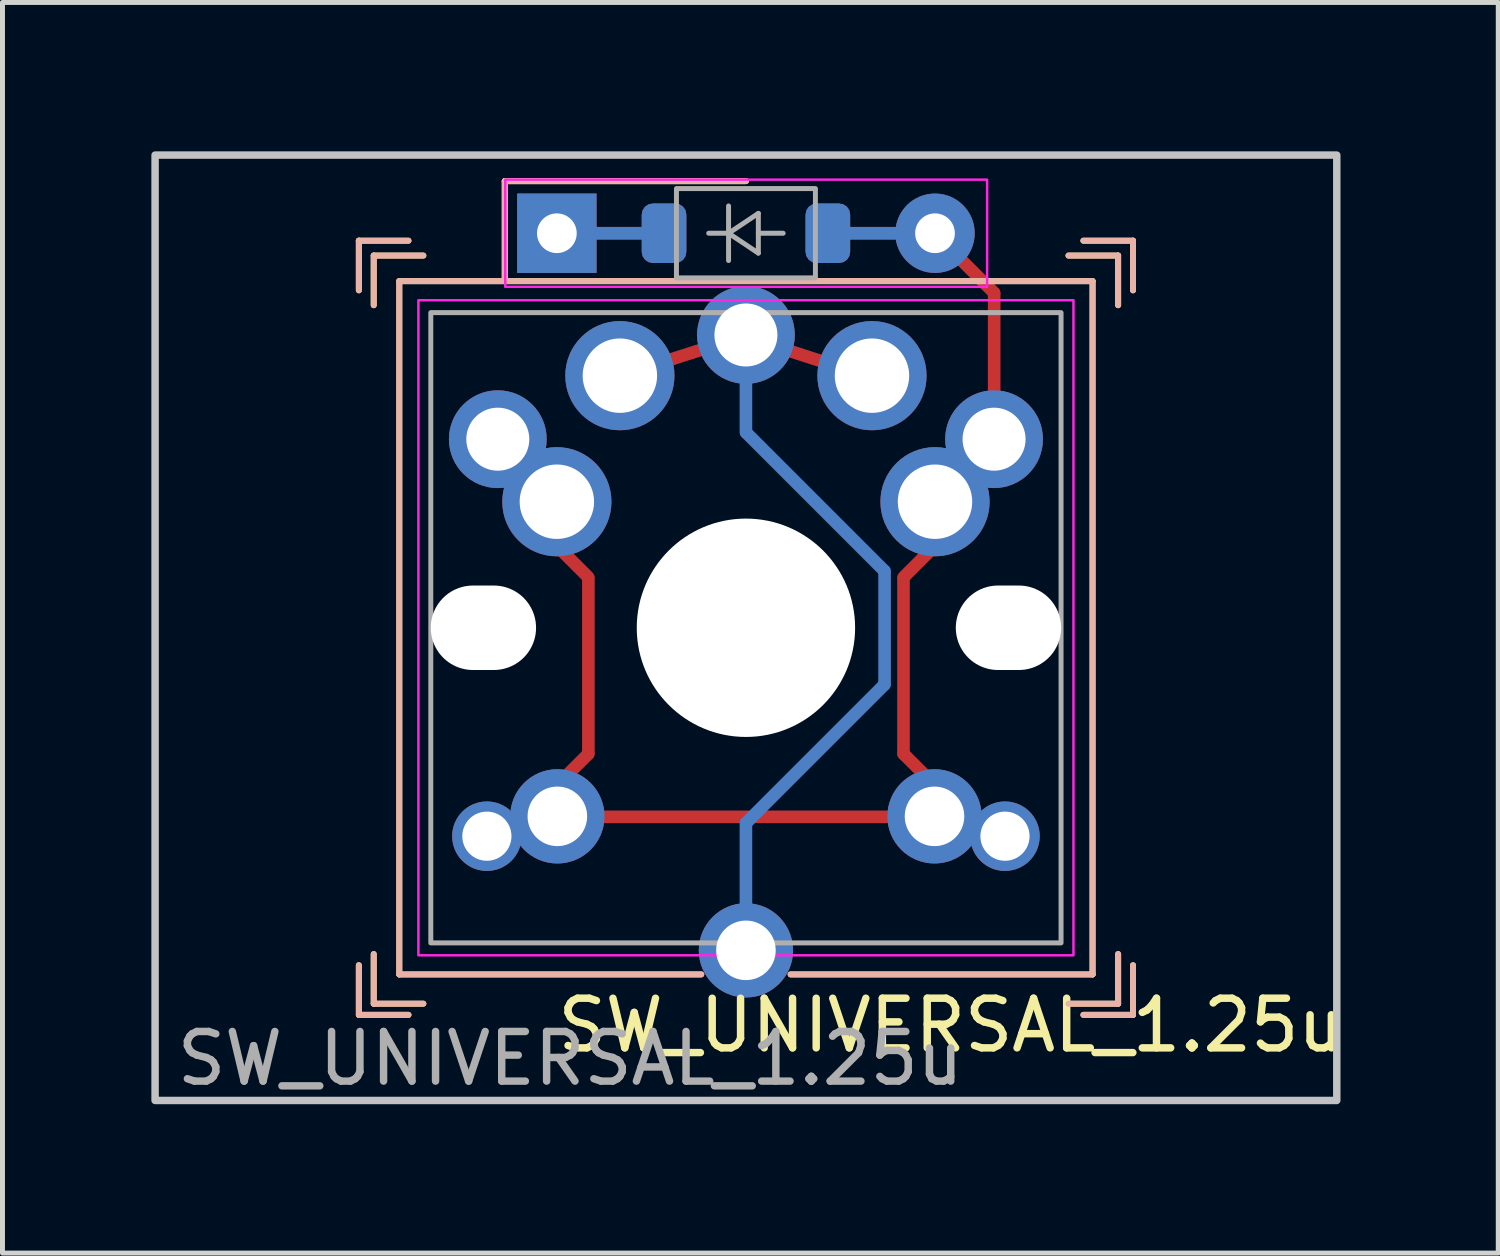
<source format=kicad_pcb>
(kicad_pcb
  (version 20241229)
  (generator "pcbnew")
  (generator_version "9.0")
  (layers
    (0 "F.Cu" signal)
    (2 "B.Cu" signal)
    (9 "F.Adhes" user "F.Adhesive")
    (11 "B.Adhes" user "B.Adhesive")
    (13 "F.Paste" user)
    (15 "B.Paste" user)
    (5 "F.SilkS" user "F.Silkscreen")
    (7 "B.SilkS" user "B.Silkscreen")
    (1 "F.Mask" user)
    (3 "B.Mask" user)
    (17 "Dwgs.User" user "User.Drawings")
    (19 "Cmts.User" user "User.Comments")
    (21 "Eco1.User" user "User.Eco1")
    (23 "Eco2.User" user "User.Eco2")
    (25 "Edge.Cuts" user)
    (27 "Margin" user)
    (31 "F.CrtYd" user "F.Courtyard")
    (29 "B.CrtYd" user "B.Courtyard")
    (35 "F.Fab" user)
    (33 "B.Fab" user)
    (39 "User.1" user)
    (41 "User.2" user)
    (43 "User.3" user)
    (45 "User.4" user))
  (footprint "SW_UNIVERSAL_1.25u"
    (layer "F.Cu")
    (at 11.981 9.6)
    (property "Reference" "SW_UNIVERSAL_1.25u" (at 4.13 8.01 0) (layer "F.SilkS") (effects (font (size 1 1) (thickness 0.15))))
    (attr through_hole)
    (fp_line (start -7.8 -7.8) (end -7.8 -6.8) (stroke (width 0.12) (type default)) (layer "F.SilkS"))
    (fp_line (start -7.8 -7.8) (end -6.8 -7.8) (stroke (width 0.12) (type default)) (layer "F.SilkS"))
    (fp_line (start -7.8 7.8) (end -7.8 6.8) (stroke (width 0.12) (type default)) (layer "F.SilkS"))
    (fp_line (start -7.8 7.8) (end -6.8 7.8) (stroke (width 0.12) (type default)) (layer "F.SilkS"))
    (fp_line (start -7.5 -7.5) (end -7.5 -6.5) (stroke (width 0.12) (type default)) (layer "F.SilkS"))
    (fp_line (start -7.5 -7.5) (end -6.5 -7.5) (stroke (width 0.12) (type default)) (layer "F.SilkS"))
    (fp_line (start -7.5 7.575) (end -7.5 6.575) (stroke (width 0.12) (type default)) (layer "F.SilkS"))
    (fp_line (start -7.5 7.575) (end -6.5 7.575) (stroke (width 0.12) (type default)) (layer "F.SilkS"))
    (fp_line (start -6.985 -6.985) (end 6.985 -6.985) (stroke (width 0.12) (type solid)) (layer "F.SilkS"))
    (fp_line (start -6.985 6.985) (end -6.985 -6.985) (stroke (width 0.12) (type solid)) (layer "F.SilkS"))
    (fp_line (start -4.86 -9) (end 0 -9) (stroke (width 0.12) (type default)) (layer "F.SilkS"))
    (fp_line (start -4.86 -7) (end -4.86 -9) (stroke (width 0.12) (type default)) (layer "F.SilkS"))
    (fp_line (start -0.9 6.985) (end -6.985 6.985) (stroke (width 0.12) (type solid)) (layer "F.SilkS"))
    (fp_line (start 6.985 -6.985) (end 6.985 6.985) (stroke (width 0.12) (type default)) (layer "F.SilkS"))
    (fp_line (start 6.985 6.985) (end 0.9 6.985) (stroke (width 0.12) (type default)) (layer "F.SilkS"))
    (fp_line (start 7.5 -7.5) (end 6.5 -7.5) (stroke (width 0.12) (type default)) (layer "F.SilkS"))
    (fp_line (start 7.5 -7.5) (end 7.5 -6.5) (stroke (width 0.12) (type default)) (layer "F.SilkS"))
    (fp_line (start 7.5 7.575) (end 6.5 7.575) (stroke (width 0.12) (type default)) (layer "F.SilkS"))
    (fp_line (start 7.5 7.575) (end 7.5 6.575) (stroke (width 0.12) (type default)) (layer "F.SilkS"))
    (fp_line (start 7.8 -7.8) (end 6.8 -7.8) (stroke (width 0.12) (type default)) (layer "F.SilkS"))
    (fp_line (start 7.8 -7.8) (end 7.8 -6.8) (stroke (width 0.12) (type default)) (layer "F.SilkS"))
    (fp_line (start 7.8 7.8) (end 6.8 7.8) (stroke (width 0.12) (type default)) (layer "F.SilkS"))
    (fp_line (start 7.8 7.8) (end 7.8 6.8) (stroke (width 0.12) (type default)) (layer "F.SilkS"))
    (fp_line (start -7.8 -6.8) (end -7.8 -7.8) (stroke (width 0.12) (type default)) (layer "B.SilkS"))
    (fp_line (start -7.8 6.8) (end -7.8 7.8) (stroke (width 0.12) (type default)) (layer "B.SilkS"))
    (fp_line (start -7.5 -6.5) (end -7.5 -7.5) (stroke (width 0.12) (type default)) (layer "B.SilkS"))
    (fp_line (start -7.5 6.575) (end -7.5 7.575) (stroke (width 0.12) (type default)) (layer "B.SilkS"))
    (fp_line (start -6.985 -6.985) (end 6.985 -6.985) (stroke (width 0.12) (type solid)) (layer "B.SilkS"))
    (fp_line (start -6.985 6.985) (end -6.985 -6.985) (stroke (width 0.12) (type default)) (layer "B.SilkS"))
    (fp_line (start -6.8 -7.8) (end -7.8 -7.8) (stroke (width 0.12) (type default)) (layer "B.SilkS"))
    (fp_line (start -6.8 7.8) (end -7.8 7.8) (stroke (width 0.12) (type default)) (layer "B.SilkS"))
    (fp_line (start -6.5 -7.5) (end -7.5 -7.5) (stroke (width 0.12) (type default)) (layer "B.SilkS"))
    (fp_line (start -6.5 7.575) (end -7.5 7.575) (stroke (width 0.12) (type default)) (layer "B.SilkS"))
    (fp_line (start -4.86 -7) (end -4.86 -9) (stroke (width 0.12) (type default)) (layer "B.SilkS"))
    (fp_line (start -0.9 6.985) (end -6.985 6.985) (stroke (width 0.12) (type default)) (layer "B.SilkS"))
    (fp_line (start 0 -9) (end -4.86 -9) (stroke (width 0.12) (type default)) (layer "B.SilkS"))
    (fp_line (start 6.5 -7.5) (end 7.5 -7.5) (stroke (width 0.12) (type default)) (layer "B.SilkS"))
    (fp_line (start 6.5 7.575) (end 7.5 7.575) (stroke (width 0.12) (type default)) (layer "B.SilkS"))
    (fp_line (start 6.8 -7.8) (end 7.8 -7.8) (stroke (width 0.12) (type default)) (layer "B.SilkS"))
    (fp_line (start 6.8 7.8) (end 7.8 7.8) (stroke (width 0.12) (type default)) (layer "B.SilkS"))
    (fp_line (start 6.985 -6.985) (end 6.985 6.985) (stroke (width 0.12) (type solid)) (layer "B.SilkS"))
    (fp_line (start 6.985 6.985) (end 0.9 6.985) (stroke (width 0.12) (type solid)) (layer "B.SilkS"))
    (fp_line (start 7.5 -6.5) (end 7.5 -7.5) (stroke (width 0.12) (type default)) (layer "B.SilkS"))
    (fp_line (start 7.5 6.575) (end 7.5 7.575) (stroke (width 0.12) (type default)) (layer "B.SilkS"))
    (fp_line (start 7.8 -6.8) (end 7.8 -7.8) (stroke (width 0.12) (type default)) (layer "B.SilkS"))
    (fp_line (start 7.8 6.8) (end 7.8 7.8) (stroke (width 0.12) (type default)) (layer "B.SilkS"))
    (fp_rect (start -11.906 -9.525) (end 11.906 9.525) (stroke (width 0.15) (type solid)) (fill no) (layer "Dwgs.User"))
    (fp_rect (start -6.6 -6.6) (end 6.6 6.6) (stroke (width 0.05) (type solid)) (fill no) (layer "F.CrtYd"))
    (fp_rect (start -4.85 -9.03) (end 4.86 -6.87) (stroke (width 0.05) (type solid)) (fill no) (layer "F.CrtYd"))
    (fp_line (start -0.75 -7.95) (end -0.35 -7.95) (stroke (width 0.1) (type solid)) (layer "F.Fab"))
    (fp_line (start -0.35 -7.95) (end -0.35 -8.5) (stroke (width 0.1) (type solid)) (layer "F.Fab"))
    (fp_line (start -0.35 -7.95) (end -0.35 -7.4) (stroke (width 0.1) (type solid)) (layer "F.Fab"))
    (fp_line (start -0.35 -7.95) (end 0.25 -8.35) (stroke (width 0.1) (type solid)) (layer "F.Fab"))
    (fp_line (start 0.25 -8.35) (end 0.25 -7.55) (stroke (width 0.1) (type solid)) (layer "F.Fab"))
    (fp_line (start 0.25 -7.95) (end 0.75 -7.95) (stroke (width 0.1) (type solid)) (layer "F.Fab"))
    (fp_line (start 0.25 -7.55) (end -0.35 -7.95) (stroke (width 0.1) (type solid)) (layer "F.Fab"))
    (fp_rect (start -6.35 -6.35) (end 6.35 6.35) (stroke (width 0.1) (type solid)) (fill no) (layer "F.Fab"))
    (fp_rect (start -1.4 -8.85) (end 1.4 -7.05) (stroke (width 0.1) (type solid)) (fill no) (layer "F.Fab"))
    (fp_line (start -8.5 -4) (end -8.5 -8.5) (stroke (width 0.12) (type default)) (layer "User.1"))
    (fp_line (start -8.5 4) (end -8.5 8.5) (stroke (width 0.12) (type default)) (layer "User.1"))
    (fp_line (start -7 -7) (end -7 -4) (stroke (width 0.12) (type default)) (layer "User.1"))
    (fp_line (start -7 -7) (end -5 -7) (stroke (width 0.12) (type default)) (layer "User.1"))
    (fp_line (start -7 -4) (end -8.5 -4) (stroke (width 0.12) (type default)) (layer "User.1"))
    (fp_line (start -7 4) (end -8.5 4) (stroke (width 0.12) (type default)) (layer "User.1"))
    (fp_line (start -7 7) (end -7 4) (stroke (width 0.12) (type default)) (layer "User.1"))
    (fp_line (start -7 7) (end -4 7) (stroke (width 0.12) (type default)) (layer "User.1"))
    (fp_line (start -5 -8.5) (end -8.5 -8.5) (stroke (width 0.12) (type default)) (layer "User.1"))
    (fp_line (start -5 -7) (end -5 -8.5) (stroke (width 0.12) (type default)) (layer "User.1"))
    (fp_line (start -4 7) (end -4 8.5) (stroke (width 0.12) (type default)) (layer "User.1"))
    (fp_line (start -4 8.5) (end -8.5 8.5) (stroke (width 0.12) (type default)) (layer "User.1"))
    (fp_line (start 4 7) (end 4 8.5) (stroke (width 0.12) (type default)) (layer "User.1"))
    (fp_line (start 4 8.5) (end 8.5 8.5) (stroke (width 0.12) (type default)) (layer "User.1"))
    (fp_line (start 5 -8.5) (end 8.5 -8.5) (stroke (width 0.12) (type default)) (layer "User.1"))
    (fp_line (start 5 -7) (end 5 -8.5) (stroke (width 0.12) (type default)) (layer "User.1"))
    (fp_line (start 7 -7) (end 5 -7) (stroke (width 0.12) (type default)) (layer "User.1"))
    (fp_line (start 7 -7) (end 7 -4) (stroke (width 0.12) (type default)) (layer "User.1"))
    (fp_line (start 7 -4) (end 8.5 -4) (stroke (width 0.12) (type default)) (layer "User.1"))
    (fp_line (start 7 4) (end 8.5 4) (stroke (width 0.12) (type default)) (layer "User.1"))
    (fp_line (start 7 7) (end 4 7) (stroke (width 0.12) (type default)) (layer "User.1"))
    (fp_line (start 7 7) (end 7 4) (stroke (width 0.12) (type default)) (layer "User.1"))
    (fp_line (start 8.5 -4) (end 8.5 -8.5) (stroke (width 0.12) (type default)) (layer "User.1"))
    (fp_line (start 8.5 4) (end 8.5 8.5) (stroke (width 0.12) (type default)) (layer "User.1"))
    (fp_rect (start -7 -9) (end 7 7) (stroke (width 0.12) (type default)) (fill no) (layer "User.2"))
    (fp_rect (start -7 -7) (end 7 7) (stroke (width 0.12) (type default)) (fill no) (layer "User.3"))
    (fp_text user "${REFERENCE}" (at -3.54 8.68 0) (layer "F.Fab") (effects (font (size 1 1) (thickness 0.15))))
    (pad "" np_thru_hole oval (at -5.29 0 180) (size 2.122 1.702) (drill oval 2.122 1.702) (layers "*.Cu" "*.Mask"))
    (pad "" np_thru_hole circle (at 0 0) (size 4.4 4.4) (drill 4.4) (layers "*.Cu" "*.Mask"))
    (pad "" np_thru_hole oval (at 5.29 0 180) (size 2.122 1.702) (drill oval 2.122 1.702) (layers "*.Cu" "*.Mask"))
    (pad "1" thru_hole circle (at -2.54 -5.08) (size 2.2 2.2) (drill 1.5) (layers "*.Cu" "*.Mask"))
    (pad "1" smd roundrect (at -1.3 -5.475 107.9) (size 0.254 1.333) (layers "F.Cu") (roundrect_rratio 0.164))
    (pad "1" smd roundrect (at -0.000001 4.826) (size 0.254 2.032) (layers "B.Cu") (roundrect_rratio 0.5))
    (pad "1" thru_hole circle (at 0 -5.9 180) (size 1.97 1.97) (drill 1.27) (layers "*.Cu" "*.Mask"))
    (pad "1" smd roundrect (at 0 -4.78) (size 0.254 1.939) (layers "B.Cu") (roundrect_rratio 0.5))
    (pad "1" thru_hole circle (at 0 6.5) (size 1.9 1.9) (drill 1.2) (layers "*.Cu" "*.Mask"))
    (pad "1" smd roundrect (at 1.2 -5.475 72.1) (size 0.254 1.333) (layers "F.Cu") (roundrect_rratio 0.164))
    (pad "1" smd roundrect (at 1.397 -2.54 225) (size 0.254 4.194) (layers "B.Cu") (roundrect_rratio 0.5))
    (pad "1" smd roundrect (at 1.397 2.54 315) (size 0.254 4.194) (layers "B.Cu") (roundrect_rratio 0.5))
    (pad "1" thru_hole circle (at 2.54 -5.08) (size 2.2 2.2) (drill 1.5) (layers "*.Cu" "*.Mask"))
    (pad "1" smd roundrect (at 2.794 0) (size 0.254 2.54) (layers "B.Cu") (roundrect_rratio 0.5))
    (pad "2" thru_hole rect (at -3.81 -7.95 90) (size 1.6 1.6) (drill 0.8) (layers "*.Cu" "*.Mask"))
    (pad "2" smd roundrect (at -2.6 -7.95 270) (size 0.254 1.333) (layers "F.Cu") (roundrect_rratio 0.164))
    (pad "2" smd roundrect (at -2.6 -7.95 270) (size 0.254 1.333) (layers "B.Cu") (roundrect_rratio 0.164))
    (pad "2" smd roundrect (at -1.65 -7.95) (size 0.9 1.2) (layers "F.Cu" "F.Mask" "F.Paste") (roundrect_rratio 0.25))
    (pad "2" smd roundrect (at -1.65 -7.95 180) (size 0.9 1.2) (layers "B.Cu" "B.Mask" "B.Paste") (roundrect_rratio 0.25))
    (pad "3" thru_hole circle (at -5.22 4.2 180) (size 1.4 1.4) (drill 0.991) (layers "*.Cu" "*.Mask"))
    (pad "3" thru_hole circle (at -5 -3.8 180) (size 1.97 1.97) (drill 1.27) (layers "*.Cu" "*.Mask"))
    (pad "3" thru_hole circle (at -3.81 -2.54) (size 2.2 2.2) (drill 1.5) (layers "*.Cu" "*.Mask"))
    (pad "3" thru_hole circle (at -3.8 3.8) (size 1.9 1.9) (drill 1.2) (layers "*.Cu" "*.Mask"))
    (pad "3" smd roundrect (at -3.429 -1.27 45) (size 0.254 0.97) (layers "F.Cu") (roundrect_rratio 0.5))
    (pad "3" smd roundrect (at -3.429 2.794 135) (size 0.254 0.97) (layers "F.Cu") (roundrect_rratio 0.5))
    (pad "3" smd roundrect (at -3.175 0.774) (size 0.254 3.785) (layers "F.Cu") (roundrect_rratio 0.5))
    (pad "3" smd roundrect (at -0.000002 3.81 90) (size 0.254 6.096) (layers "F.Cu") (roundrect_rratio 0.164))
    (pad "3" smd roundrect (at 1.65 -7.95) (size 0.9 1.2) (layers "F.Cu" "F.Mask" "F.Paste") (roundrect_rratio 0.25))
    (pad "3" smd roundrect (at 1.651 -7.95 180) (size 0.9 1.2) (layers "B.Cu" "B.Mask" "B.Paste") (roundrect_rratio 0.25))
    (pad "3" smd roundrect (at 2.5 -7.95 270) (size 0.254 1.333) (layers "F.Cu") (roundrect_rratio 0.164))
    (pad "3" smd roundrect (at 2.5 -7.95 270) (size 0.254 1.333) (layers "B.Cu") (roundrect_rratio 0.164))
    (pad "3" smd roundrect (at 3.175 0.774) (size 0.254 3.785) (layers "F.Cu") (roundrect_rratio 0.5))
    (pad "3" smd roundrect (at 3.429 -1.27 315) (size 0.254 0.97) (layers "F.Cu") (roundrect_rratio 0.5))
    (pad "3" smd roundrect (at 3.429 2.794 225) (size 0.254 0.97) (layers "F.Cu") (roundrect_rratio 0.5))
    (pad "3" thru_hole circle (at 3.8 3.8) (size 1.9 1.9) (drill 1.2) (layers "*.Cu" "*.Mask"))
    (pad "3" thru_hole oval (at 3.81 -7.95) (size 1.6 1.6) (drill 0.8) (layers "*.Cu" "*.Mask"))
    (pad "3" thru_hole circle (at 3.81 -2.54) (size 2.2 2.2) (drill 1.5) (layers "*.Cu" "*.Mask"))
    (pad "3" smd roundrect (at 4.3 -7.45 45) (size 0.254 2.24) (layers "F.Cu") (roundrect_rratio 0.5))
    (pad "3" thru_hole circle (at 5 -3.8 180) (size 1.97 1.97) (drill 1.27) (layers "*.Cu" "*.Mask"))
    (pad "3" smd roundrect (at 5.002 -5.52 180) (size 0.254 2.7) (layers "F.Cu") (roundrect_rratio 0.5))
    (pad "3" thru_hole circle (at 5.22 4.2 180) (size 1.4 1.4) (drill 0.991) (layers "*.Cu" "*.Mask")))
  (gr_rect
    (start -3 -3)
    (end 27.141 22.2)
    (stroke (width 0.1) (type default))
    (fill no)
    (layer "Edge.Cuts")))
</source>
